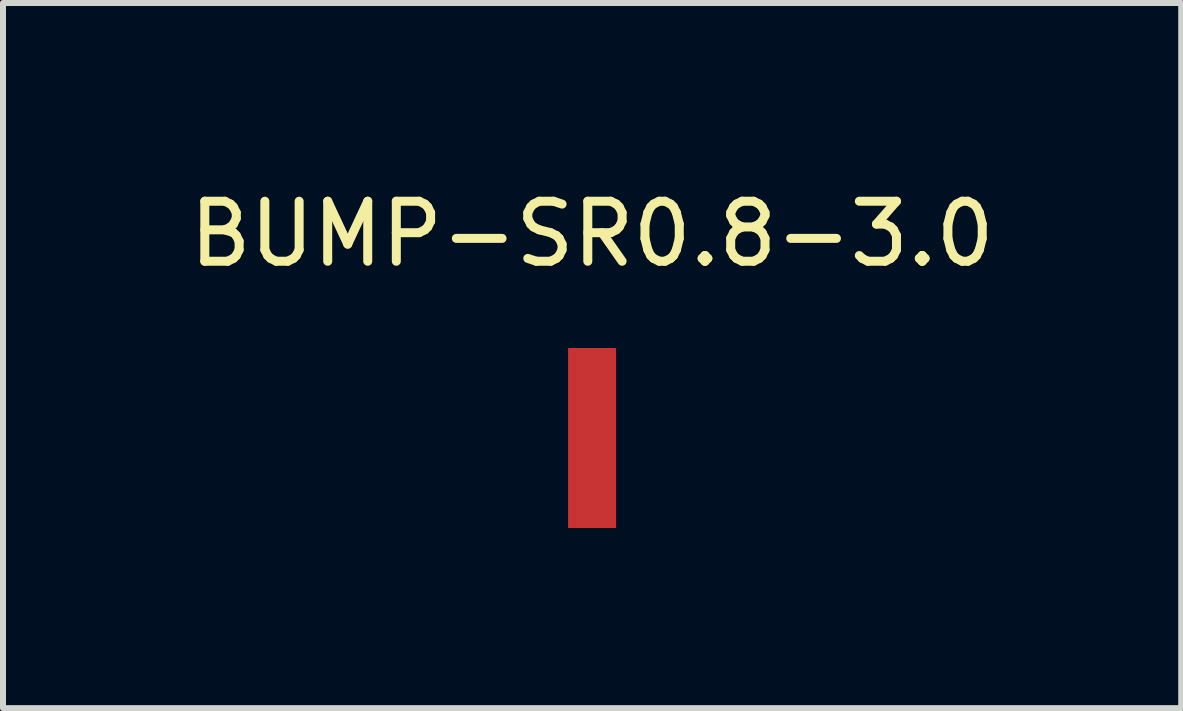
<source format=kicad_pcb>
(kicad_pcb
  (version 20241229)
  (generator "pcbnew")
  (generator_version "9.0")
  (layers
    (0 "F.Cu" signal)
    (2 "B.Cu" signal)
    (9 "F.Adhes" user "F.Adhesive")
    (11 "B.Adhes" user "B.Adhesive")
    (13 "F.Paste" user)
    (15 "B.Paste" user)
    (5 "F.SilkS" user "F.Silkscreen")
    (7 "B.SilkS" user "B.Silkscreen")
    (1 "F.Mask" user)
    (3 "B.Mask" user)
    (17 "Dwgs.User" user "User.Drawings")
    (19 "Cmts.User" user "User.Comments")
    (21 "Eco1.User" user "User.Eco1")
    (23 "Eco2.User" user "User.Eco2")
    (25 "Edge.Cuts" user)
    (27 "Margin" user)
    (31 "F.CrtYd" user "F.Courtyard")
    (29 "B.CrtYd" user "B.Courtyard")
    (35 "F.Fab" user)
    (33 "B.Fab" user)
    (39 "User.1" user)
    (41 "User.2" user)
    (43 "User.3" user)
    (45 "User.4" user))
  (footprint "BUMP-SR0.8-3.0"
    (layer "F.Cu")
    (at 6.815 4.248)
    (property "Reference" "BUMP-SR0.8-3.0" (at 0 -3.4 0) (layer "F.SilkS") (effects (font (size 1 1) (thickness 0.15))))
    (attr through_hole)
    (pad "" smd rect (at 0 0) (size 0.8 3) (layers "F.Cu" "F.Mask" "F.Paste")))
  (gr_rect
    (start -3 -3)
    (end 16.631 8.748)
    (stroke (width 0.1) (type default))
    (fill no)
    (layer "Edge.Cuts")))
</source>
